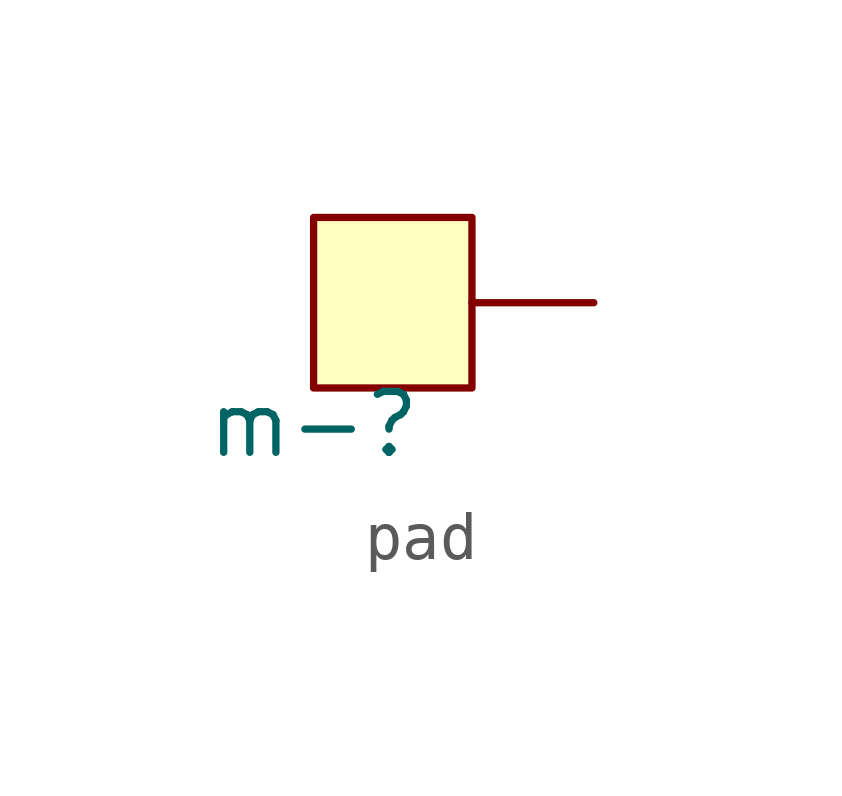
<source format=kicad_sym>
(kicad_symbol_lib
  (version 20231120)
  (generator "kicad_symbol_editor")
  (generator_version "8.0")
  (symbol "pad"
    (pin_numbers hide)
    (pin_names
      (offset 0) hide)
    (property "Reference" "m-"
      (at 0 0 0)
      (effects (font (size 1.27 1.27))))
    (property "Value" ""
      (at 0 0 0)
      (effects (font (size 1.27 1.27))))
    (symbol "pad_1_1"
      (rectangle (start 0 4.318) (end 3.302 0.762) (stroke (width 0) (type default)) (fill (type background)))
      (pin input line (at 5.842 2.54 180) (length 2.54) (name "1" (effects (font (size 1.27 1.27)))) (number "1" (effects (font (size 1.27 1.27))))))))
</source>
